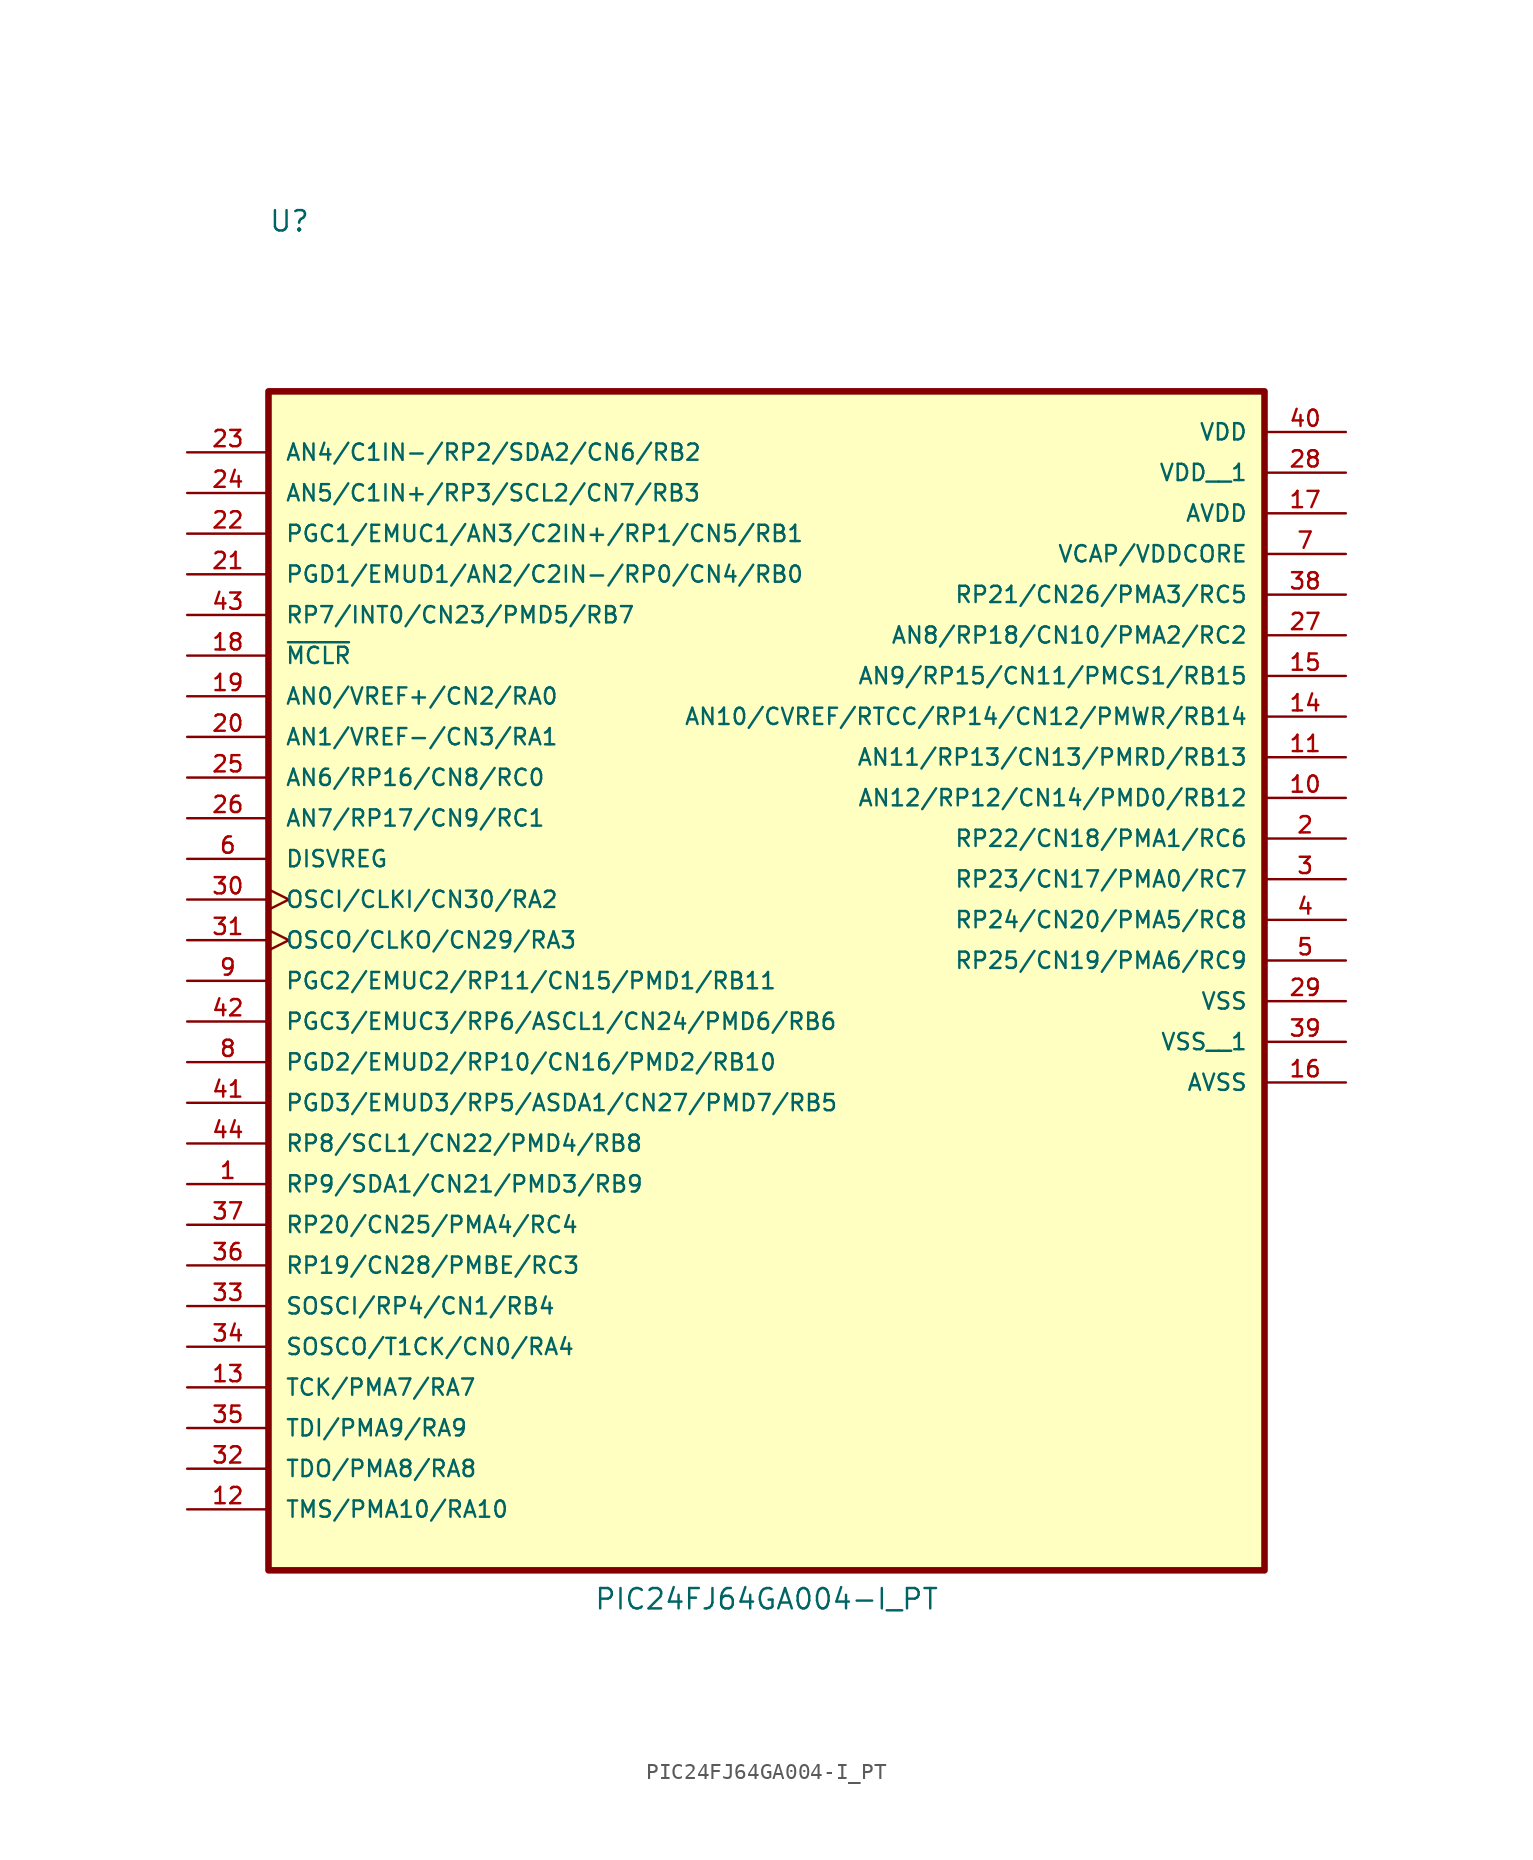
<source format=kicad_sym>
(kicad_symbol_lib
  (version 20220914)
  (generator kicad_symbol_editor)
  (symbol "PIC24FJ64GA004-I_PT"
    (pin_names
      (offset 1.016))
    (property "Reference" "U"
      (at -11.43 75.93 0)
      (effects (font (size 1.27 1.27)) (justify left bottom)))
    (property "Value" "PIC24FJ64GA004-I_PT"
      (at 8.89 -10.16 0)
      (effects (font (size 1.27 1.27)) (justify left bottom)))
    (symbol "PIC24FJ64GA004-I_PT_0_0"
      (rectangle (start -11.43 66.04) (end 50.8 -7.62) (stroke (width 0.41) (type default)) (fill (type background)))
      (pin bidirectional line (at -16.51 16.51 0) (length 5.08) (name "RP9/SDA1/CN21/PMD3/RB9" (effects (font (size 1.016 1.016)))) (number "1" (effects (font (size 1.016 1.016)))))
      (pin bidirectional line (at 55.88 40.64 180) (length 5.08) (name "AN12/RP12/CN14/PMD0/RB12" (effects (font (size 1.016 1.016)))) (number "10" (effects (font (size 1.016 1.016)))))
      (pin bidirectional line (at 55.88 43.18 180) (length 5.08) (name "AN11/RP13/CN13/PMRD/RB13" (effects (font (size 1.016 1.016)))) (number "11" (effects (font (size 1.016 1.016)))))
      (pin bidirectional line (at -16.51 -3.81 0) (length 5.08) (name "TMS/PMA10/RA10" (effects (font (size 1.016 1.016)))) (number "12" (effects (font (size 1.016 1.016)))))
      (pin bidirectional line (at -16.51 3.81 0) (length 5.08) (name "TCK/PMA7/RA7" (effects (font (size 1.016 1.016)))) (number "13" (effects (font (size 1.016 1.016)))))
      (pin bidirectional line (at 55.88 45.72 180) (length 5.08) (name "AN10/CVREF/RTCC/RP14/CN12/PMWR/RB14" (effects (font (size 1.016 1.016)))) (number "14" (effects (font (size 1.016 1.016)))))
      (pin bidirectional line (at 55.88 48.26 180) (length 5.08) (name "AN9/RP15/CN11/PMCS1/RB15" (effects (font (size 1.016 1.016)))) (number "15" (effects (font (size 1.016 1.016)))))
      (pin power_in line (at 55.88 22.86 180) (length 5.08) (name "AVSS" (effects (font (size 1.016 1.016)))) (number "16" (effects (font (size 1.016 1.016)))))
      (pin power_in line (at 55.88 58.42 180) (length 5.08) (name "AVDD" (effects (font (size 1.016 1.016)))) (number "17" (effects (font (size 1.016 1.016)))))
      (pin bidirectional line (at -16.51 49.53 0) (length 5.08) (name "~{MCLR}" (effects (font (size 1.016 1.016)))) (number "18" (effects (font (size 1.016 1.016)))))
      (pin bidirectional line (at -16.51 46.99 0) (length 5.08) (name "AN0/VREF+/CN2/RA0" (effects (font (size 1.016 1.016)))) (number "19" (effects (font (size 1.016 1.016)))))
      (pin bidirectional line (at 55.88 38.1 180) (length 5.08) (name "RP22/CN18/PMA1/RC6" (effects (font (size 1.016 1.016)))) (number "2" (effects (font (size 1.016 1.016)))))
      (pin bidirectional line (at -16.51 44.45 0) (length 5.08) (name "AN1/VREF-/CN3/RA1" (effects (font (size 1.016 1.016)))) (number "20" (effects (font (size 1.016 1.016)))))
      (pin input line (at -16.51 54.61 0) (length 5.08) (name "PGD1/EMUD1/AN2/C2IN-/RP0/CN4/RB0" (effects (font (size 1.016 1.016)))) (number "21" (effects (font (size 1.016 1.016)))))
      (pin input line (at -16.51 57.15 0) (length 5.08) (name "PGC1/EMUC1/AN3/C2IN+/RP1/CN5/RB1" (effects (font (size 1.016 1.016)))) (number "22" (effects (font (size 1.016 1.016)))))
      (pin input line (at -16.51 62.23 0) (length 5.08) (name "AN4/C1IN-/RP2/SDA2/CN6/RB2" (effects (font (size 1.016 1.016)))) (number "23" (effects (font (size 1.016 1.016)))))
      (pin input line (at -16.51 59.69 0) (length 5.08) (name "AN5/C1IN+/RP3/SCL2/CN7/RB3" (effects (font (size 1.016 1.016)))) (number "24" (effects (font (size 1.016 1.016)))))
      (pin bidirectional line (at -16.51 41.91 0) (length 5.08) (name "AN6/RP16/CN8/RC0" (effects (font (size 1.016 1.016)))) (number "25" (effects (font (size 1.016 1.016)))))
      (pin bidirectional line (at -16.51 39.37 0) (length 5.08) (name "AN7/RP17/CN9/RC1" (effects (font (size 1.016 1.016)))) (number "26" (effects (font (size 1.016 1.016)))))
      (pin bidirectional line (at 55.88 50.8 180) (length 5.08) (name "AN8/RP18/CN10/PMA2/RC2" (effects (font (size 1.016 1.016)))) (number "27" (effects (font (size 1.016 1.016)))))
      (pin power_in line (at 55.88 60.96 180) (length 5.08) (name "VDD__1" (effects (font (size 1.016 1.016)))) (number "28" (effects (font (size 1.016 1.016)))))
      (pin power_in line (at 55.88 27.94 180) (length 5.08) (name "VSS" (effects (font (size 1.016 1.016)))) (number "29" (effects (font (size 1.016 1.016)))))
      (pin bidirectional line (at 55.88 35.56 180) (length 5.08) (name "RP23/CN17/PMA0/RC7" (effects (font (size 1.016 1.016)))) (number "3" (effects (font (size 1.016 1.016)))))
      (pin bidirectional clock (at -16.51 34.29 0) (length 5.08) (name "OSCI/CLKI/CN30/RA2" (effects (font (size 1.016 1.016)))) (number "30" (effects (font (size 1.016 1.016)))))
      (pin bidirectional clock (at -16.51 31.75 0) (length 5.08) (name "OSCO/CLKO/CN29/RA3" (effects (font (size 1.016 1.016)))) (number "31" (effects (font (size 1.016 1.016)))))
      (pin bidirectional line (at -16.51 -1.27 0) (length 5.08) (name "TDO/PMA8/RA8" (effects (font (size 1.016 1.016)))) (number "32" (effects (font (size 1.016 1.016)))))
      (pin bidirectional line (at -16.51 8.89 0) (length 5.08) (name "SOSCI/RP4/CN1/RB4" (effects (font (size 1.016 1.016)))) (number "33" (effects (font (size 1.016 1.016)))))
      (pin bidirectional line (at -16.51 6.35 0) (length 5.08) (name "SOSCO/T1CK/CN0/RA4" (effects (font (size 1.016 1.016)))) (number "34" (effects (font (size 1.016 1.016)))))
      (pin bidirectional line (at -16.51 1.27 0) (length 5.08) (name "TDI/PMA9/RA9" (effects (font (size 1.016 1.016)))) (number "35" (effects (font (size 1.016 1.016)))))
      (pin bidirectional line (at -16.51 11.43 0) (length 5.08) (name "RP19/CN28/PMBE/RC3" (effects (font (size 1.016 1.016)))) (number "36" (effects (font (size 1.016 1.016)))))
      (pin bidirectional line (at -16.51 13.97 0) (length 5.08) (name "RP20/CN25/PMA4/RC4" (effects (font (size 1.016 1.016)))) (number "37" (effects (font (size 1.016 1.016)))))
      (pin bidirectional line (at 55.88 53.34 180) (length 5.08) (name "RP21/CN26/PMA3/RC5" (effects (font (size 1.016 1.016)))) (number "38" (effects (font (size 1.016 1.016)))))
      (pin power_in line (at 55.88 25.4 180) (length 5.08) (name "VSS__1" (effects (font (size 1.016 1.016)))) (number "39" (effects (font (size 1.016 1.016)))))
      (pin bidirectional line (at 55.88 33.02 180) (length 5.08) (name "RP24/CN20/PMA5/RC8" (effects (font (size 1.016 1.016)))) (number "4" (effects (font (size 1.016 1.016)))))
      (pin power_in line (at 55.88 63.5 180) (length 5.08) (name "VDD" (effects (font (size 1.016 1.016)))) (number "40" (effects (font (size 1.016 1.016)))))
      (pin bidirectional line (at -16.51 21.59 0) (length 5.08) (name "PGD3/EMUD3/RP5/ASDA1/CN27/PMD7/RB5" (effects (font (size 1.016 1.016)))) (number "41" (effects (font (size 1.016 1.016)))))
      (pin bidirectional line (at -16.51 26.67 0) (length 5.08) (name "PGC3/EMUC3/RP6/ASCL1/CN24/PMD6/RB6" (effects (font (size 1.016 1.016)))) (number "42" (effects (font (size 1.016 1.016)))))
      (pin input line (at -16.51 52.07 0) (length 5.08) (name "RP7/INT0/CN23/PMD5/RB7" (effects (font (size 1.016 1.016)))) (number "43" (effects (font (size 1.016 1.016)))))
      (pin bidirectional line (at -16.51 19.05 0) (length 5.08) (name "RP8/SCL1/CN22/PMD4/RB8" (effects (font (size 1.016 1.016)))) (number "44" (effects (font (size 1.016 1.016)))))
      (pin bidirectional line (at 55.88 30.48 180) (length 5.08) (name "RP25/CN19/PMA6/RC9" (effects (font (size 1.016 1.016)))) (number "5" (effects (font (size 1.016 1.016)))))
      (pin bidirectional line (at -16.51 36.83 0) (length 5.08) (name "DISVREG" (effects (font (size 1.016 1.016)))) (number "6" (effects (font (size 1.016 1.016)))))
      (pin power_in line (at 55.88 55.88 180) (length 5.08) (name "VCAP/VDDCORE" (effects (font (size 1.016 1.016)))) (number "7" (effects (font (size 1.016 1.016)))))
      (pin bidirectional line (at -16.51 24.13 0) (length 5.08) (name "PGD2/EMUD2/RP10/CN16/PMD2/RB10" (effects (font (size 1.016 1.016)))) (number "8" (effects (font (size 1.016 1.016)))))
      (pin bidirectional line (at -16.51 29.21 0) (length 5.08) (name "PGC2/EMUC2/RP11/CN15/PMD1/RB11" (effects (font (size 1.016 1.016)))) (number "9" (effects (font (size 1.016 1.016))))))))
</source>
